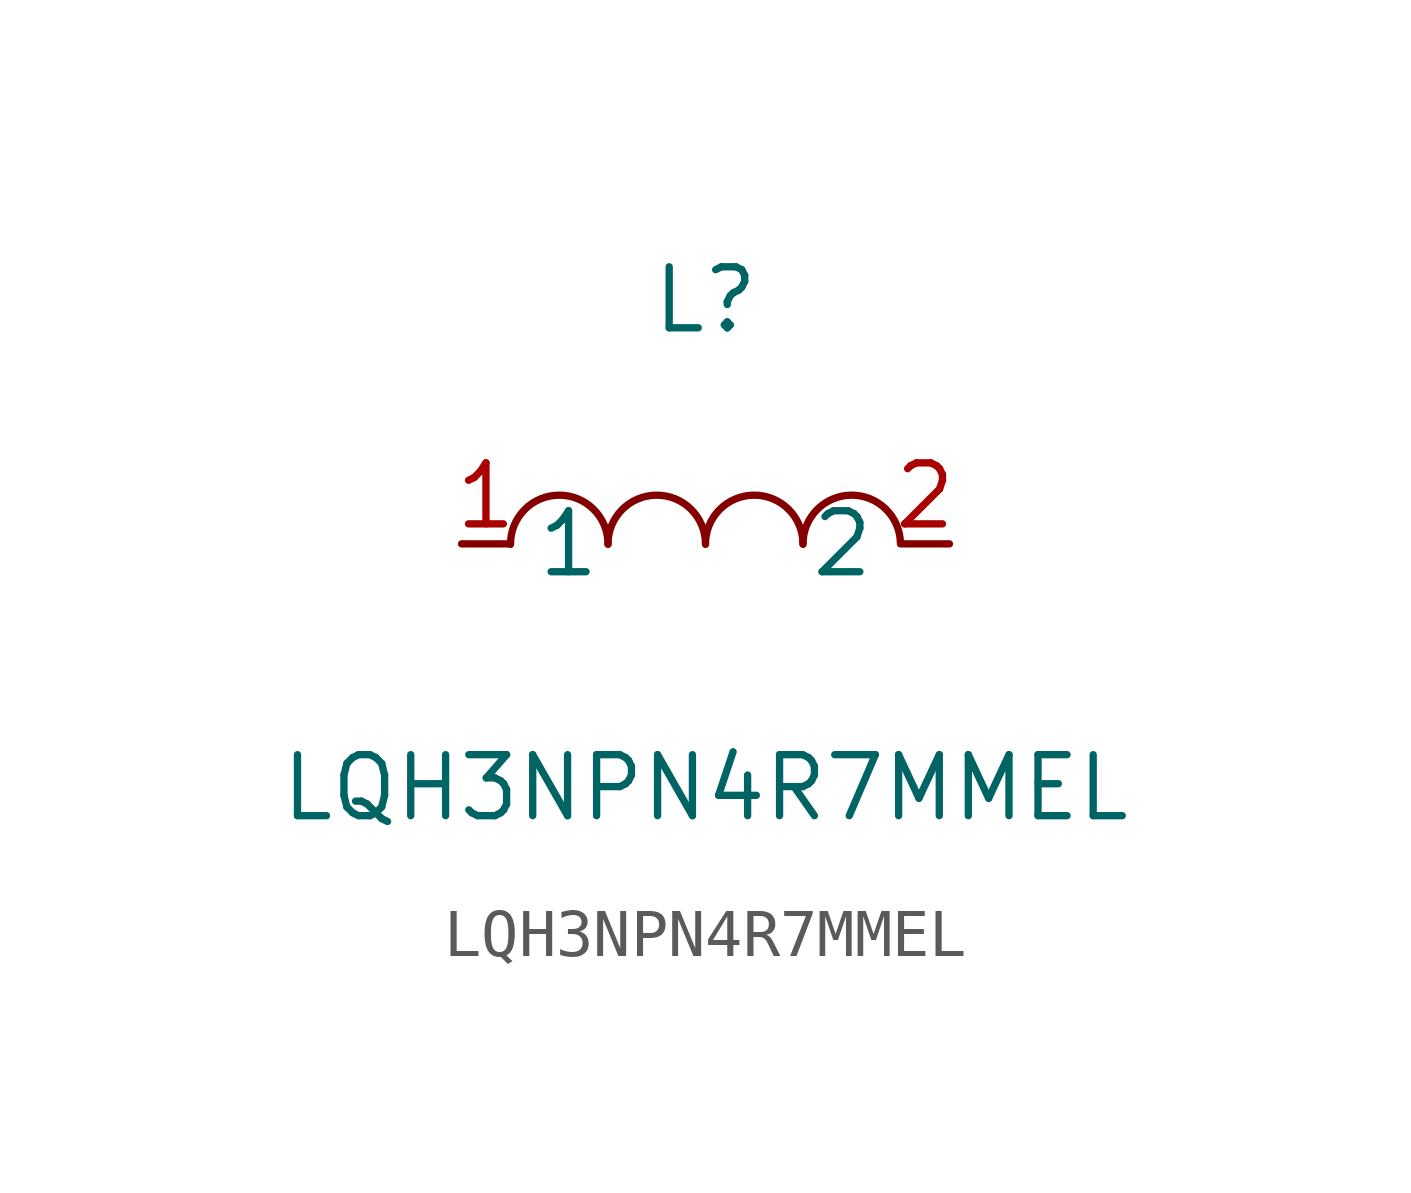
<source format=kicad_sym>
(kicad_symbol_lib
  (version 20211014)
  (generator https://github.com/uPesy/easyeda2kicad.py)
  (symbol "LQH3NPN4R7MMEL"
    (property "Reference" "L"
      (at 0 5.08 0)
      (effects (font (size 1.27 1.27))))
    (property "Value" "LQH3NPN4R7MMEL"
      (at 0 -5.08 0)
      (effects (font (size 1.27 1.27))))
    (symbol "LQH3NPN4R7MMEL_0_1"
      (arc (start -4.06 -0.01) (mid -2.83 0.99) (end -2.03 0.01) (stroke (width 0) (type default) (color 0 0 0 0)) (fill (type none)))
      (arc (start -2.03 -0.01) (mid -0.80 0.99) (end 0.00 0.01) (stroke (width 0) (type default) (color 0 0 0 0)) (fill (type none)))
      (arc (start 2.03 -0.01) (mid 3.26 0.99) (end 4.06 0.01) (stroke (width 0) (type default) (color 0 0 0 0)) (fill (type none)))
      (arc (start 0.00 -0.01) (mid 1.23 0.99) (end 2.03 0.01) (stroke (width 0) (type default) (color 0 0 0 0)) (fill (type none)))
      (pin unspecified line (at 5.08 -0.00 180) (length 1.016) (name "2" (effects (font (size 1.27 1.27)))) (number "2" (effects (font (size 1.27 1.27)))))
      (pin unspecified line (at -5.08 -0.00 0) (length 1.016) (name "1" (effects (font (size 1.27 1.27)))) (number "1" (effects (font (size 1.27 1.27))))))))
</source>
